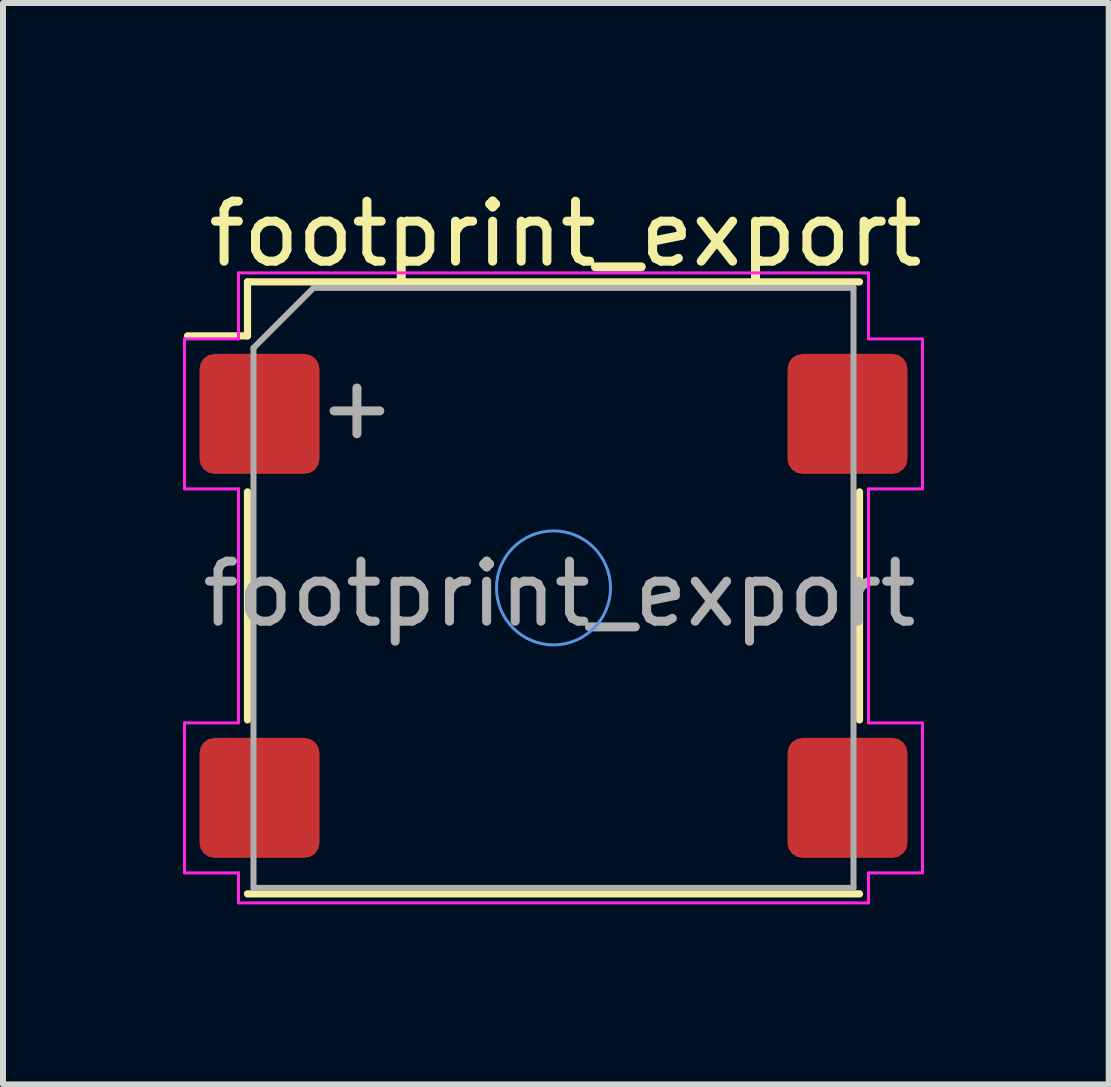
<source format=kicad_pcb>
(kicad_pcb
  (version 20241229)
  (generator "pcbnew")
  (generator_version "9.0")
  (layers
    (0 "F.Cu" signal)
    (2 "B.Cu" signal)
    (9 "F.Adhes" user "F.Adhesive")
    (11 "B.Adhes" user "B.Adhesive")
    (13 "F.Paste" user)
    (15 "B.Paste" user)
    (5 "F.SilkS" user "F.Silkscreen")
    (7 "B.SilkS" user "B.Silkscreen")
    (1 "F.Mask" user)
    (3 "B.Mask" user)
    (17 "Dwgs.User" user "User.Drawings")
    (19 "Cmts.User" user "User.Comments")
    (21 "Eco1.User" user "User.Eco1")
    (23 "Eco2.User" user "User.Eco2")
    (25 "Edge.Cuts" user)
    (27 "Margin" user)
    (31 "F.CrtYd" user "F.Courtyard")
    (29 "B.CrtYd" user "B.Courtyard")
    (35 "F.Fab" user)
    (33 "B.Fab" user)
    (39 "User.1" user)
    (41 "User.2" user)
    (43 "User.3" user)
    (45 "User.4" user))
  (footprint "footprint_export"
    (layer "F.Cu")
    (at 6.175 6.748)
    (property "Reference" "footprint_export" (at 0.2 -5.9 0) (layer "F.SilkS") (effects (font (size 1 1) (thickness 0.15))))
    (attr smd)
    (fp_line (start -5.1 -5.1) (end -5.1 -4.2) (stroke (width 0.12) (type default)) (layer "F.SilkS"))
    (fp_line (start -5.1 -4.2) (end -6.1 -4.2) (stroke (width 0.12) (type default)) (layer "F.SilkS"))
    (fp_line (start -5.1 -1.6) (end -5.1 2.2) (stroke (width 0.12) (type solid)) (layer "F.SilkS"))
    (fp_line (start -5.1 5.1) (end 5.1 5.1) (stroke (width 0.12) (type solid)) (layer "F.SilkS"))
    (fp_line (start 5.1 -5.1) (end -5.1 -5.1) (stroke (width 0.12) (type solid)) (layer "F.SilkS"))
    (fp_line (start 5.1 2.2) (end 5.1 -1.6) (stroke (width 0.12) (type solid)) (layer "F.SilkS"))
    (fp_circle (center 0 0) (end 0.95 0) (stroke (width 0.05) (type default)) (fill no) (layer "Cmts.User"))
    (fp_line (start -6.15 -4.15) (end -6.15 -1.65) (stroke (width 0.05) (type solid)) (layer "F.CrtYd"))
    (fp_line (start -6.15 -4.15) (end -5.25 -4.15) (stroke (width 0.05) (type default)) (layer "F.CrtYd"))
    (fp_line (start -6.15 -1.65) (end -5.25 -1.65) (stroke (width 0.05) (type default)) (layer "F.CrtYd"))
    (fp_line (start -6.15 2.25) (end -5.25 2.25) (stroke (width 0.05) (type default)) (layer "F.CrtYd"))
    (fp_line (start -6.15 4.75) (end -6.15 2.25) (stroke (width 0.05) (type solid)) (layer "F.CrtYd"))
    (fp_line (start -6.15 4.75) (end -5.25 4.75) (stroke (width 0.05) (type default)) (layer "F.CrtYd"))
    (fp_line (start -5.25 -5.25) (end 5.25 -5.25) (stroke (width 0.05) (type solid)) (layer "F.CrtYd"))
    (fp_line (start -5.25 -4.15) (end -5.25 -5.25) (stroke (width 0.05) (type default)) (layer "F.CrtYd"))
    (fp_line (start -5.25 -1.65) (end -5.25 2.25) (stroke (width 0.05) (type default)) (layer "F.CrtYd"))
    (fp_line (start -5.25 4.75) (end -5.25 5.25) (stroke (width 0.05) (type default)) (layer "F.CrtYd"))
    (fp_line (start 5.25 -4.15) (end 5.25 -5.25) (stroke (width 0.05) (type default)) (layer "F.CrtYd"))
    (fp_line (start 5.25 2.25) (end 5.25 -1.65) (stroke (width 0.05) (type default)) (layer "F.CrtYd"))
    (fp_line (start 5.25 4.75) (end 5.25 5.25) (stroke (width 0.05) (type default)) (layer "F.CrtYd"))
    (fp_line (start 5.25 5.25) (end -5.25 5.25) (stroke (width 0.05) (type solid)) (layer "F.CrtYd"))
    (fp_line (start 6.15 -4.15) (end 5.25 -4.15) (stroke (width 0.05) (type default)) (layer "F.CrtYd"))
    (fp_line (start 6.15 -4.15) (end 6.15 -1.65) (stroke (width 0.05) (type solid)) (layer "F.CrtYd"))
    (fp_line (start 6.15 -1.65) (end 5.25 -1.65) (stroke (width 0.05) (type default)) (layer "F.CrtYd"))
    (fp_line (start 6.15 2.25) (end 5.25 2.25) (stroke (width 0.05) (type default)) (layer "F.CrtYd"))
    (fp_line (start 6.15 4.75) (end 5.25 4.75) (stroke (width 0.05) (type default)) (layer "F.CrtYd"))
    (fp_line (start 6.15 4.75) (end 6.15 2.25) (stroke (width 0.05) (type solid)) (layer "F.CrtYd"))
    (fp_line (start -5 5) (end -5 -4) (stroke (width 0.1) (type solid)) (layer "F.Fab"))
    (fp_line (start -4 -5) (end -5 -4) (stroke (width 0.1) (type default)) (layer "F.Fab"))
    (fp_line (start -4 -5) (end 5 -5) (stroke (width 0.1) (type solid)) (layer "F.Fab"))
    (fp_line (start 5 -5) (end 5 5) (stroke (width 0.1) (type solid)) (layer "F.Fab"))
    (fp_line (start 5 5) (end -5 5) (stroke (width 0.1) (type solid)) (layer "F.Fab"))
    (fp_text user "+" (at -3.35 -2.95 270) (layer "F.Fab") (effects (font (size 1 1) (thickness 0.15))))
    (fp_text user "${REFERENCE}" (at 0.1 0.1 0) (layer "F.Fab") (effects (font (size 1 1) (thickness 0.15))))
    (pad "1" smd roundrect (at -4.9 -2.9 270) (size 2 2) (layers "F.Cu" "F.Mask" "F.Paste") (roundrect_rratio 0.125))
    (pad "2" smd roundrect (at 4.9 -2.9 270) (size 2 2) (layers "F.Cu" "F.Mask" "F.Paste") (roundrect_rratio 0.125))
    (pad "MP" smd roundrect (at -4.9 3.5 270) (size 2 2) (layers "F.Cu" "F.Mask" "F.Paste") (roundrect_rratio 0.125))
    (pad "MP" smd roundrect (at 4.9 3.5 270) (size 2 2) (layers "F.Cu" "F.Mask" "F.Paste") (roundrect_rratio 0.125)))
  (gr_rect
    (start -3 -3)
    (end 15.429 15.023)
    (stroke (width 0.1) (type default))
    (fill no)
    (layer "Edge.Cuts")))
</source>
